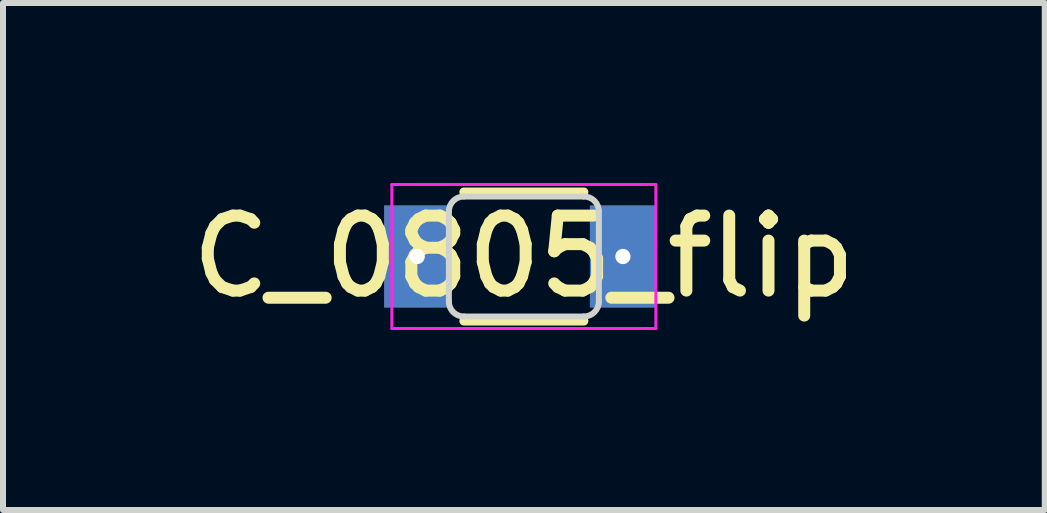
<source format=kicad_pcb>
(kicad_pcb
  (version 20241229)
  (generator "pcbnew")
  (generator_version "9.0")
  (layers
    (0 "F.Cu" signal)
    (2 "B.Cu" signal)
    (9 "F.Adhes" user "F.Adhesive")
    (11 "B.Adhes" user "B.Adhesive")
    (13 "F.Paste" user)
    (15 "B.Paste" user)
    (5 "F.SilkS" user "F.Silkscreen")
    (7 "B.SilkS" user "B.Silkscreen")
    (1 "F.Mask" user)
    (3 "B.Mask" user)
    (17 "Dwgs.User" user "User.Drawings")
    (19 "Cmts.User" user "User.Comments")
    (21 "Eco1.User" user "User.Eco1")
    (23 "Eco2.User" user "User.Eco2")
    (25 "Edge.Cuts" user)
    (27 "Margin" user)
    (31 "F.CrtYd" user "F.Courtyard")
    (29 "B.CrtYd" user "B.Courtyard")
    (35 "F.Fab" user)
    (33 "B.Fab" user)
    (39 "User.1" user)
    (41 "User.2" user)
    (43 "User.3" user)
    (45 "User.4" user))
  (footprint "C_0805_flip"
    (layer "F.Cu")
    (at 5.681 1.225)
    (property "Reference" "C_0805_flip" (at 0 0 180) (layer "F.SilkS") (effects (font (size 1.25 1.25) (thickness 0.2))))
    (attr smd)
    (fp_line (start -1 -1.075) (end 1 -1.075) (stroke (width 0.15) (type solid)) (layer "F.SilkS"))
    (fp_line (start 1 1.075) (end -1 1.075) (stroke (width 0.15) (type solid)) (layer "F.SilkS"))
    (fp_line (start -1.25 -0.75) (end -1.25 0.75) (stroke (width 0.1) (type solid)) (layer "Edge.Cuts"))
    (fp_line (start -1 1) (end 1 1) (stroke (width 0.1) (type solid)) (layer "Edge.Cuts"))
    (fp_line (start 1 -1) (end -1 -1) (stroke (width 0.1) (type solid)) (layer "Edge.Cuts"))
    (fp_line (start 1.25 0.75) (end 1.25 -0.75) (stroke (width 0.1) (type solid)) (layer "Edge.Cuts"))
    (fp_arc (start -1.25 -0.75) (mid -1.176777 -0.926777) (end -1 -1) (stroke (width 0.1) (type solid)) (layer "Edge.Cuts"))
    (fp_arc (start -1 1) (mid -1.176777 0.926777) (end -1.25 0.75) (stroke (width 0.1) (type solid)) (layer "Edge.Cuts"))
    (fp_arc (start 1 -1) (mid 1.176777 -0.926777) (end 1.25 -0.75) (stroke (width 0.1) (type solid)) (layer "Edge.Cuts"))
    (fp_arc (start 1.25 0.75) (mid 1.176777 0.926777) (end 1 1) (stroke (width 0.1) (type solid)) (layer "Edge.Cuts"))
    (fp_line (start -2.2 -1.2) (end -2.2 1.2) (stroke (width 0.05) (type solid)) (layer "F.CrtYd"))
    (fp_line (start -2.2 -1.2) (end 2.2 -1.2) (stroke (width 0.05) (type solid)) (layer "F.CrtYd"))
    (fp_line (start -2.2 1.2) (end 2.2 1.2) (stroke (width 0.05) (type solid)) (layer "F.CrtYd"))
    (fp_line (start 2.2 -1.2) (end 2.2 1.2) (stroke (width 0.05) (type solid)) (layer "F.CrtYd"))
    (pad "1" thru_hole rect (at -1.778 0) (size 1.1 1.7) (drill 0.254) (layers "*.Cu" "*.Paste" "*.Mask"))
    (pad "2" thru_hole rect (at 1.651 0) (size 1.1 1.7) (drill 0.254) (layers "*.Cu" "*.Paste" "*.Mask")))
  (gr_rect
    (start -3 -3)
    (end 14.362 5.45)
    (stroke (width 0.1) (type default))
    (fill no)
    (layer "Edge.Cuts")))
</source>
